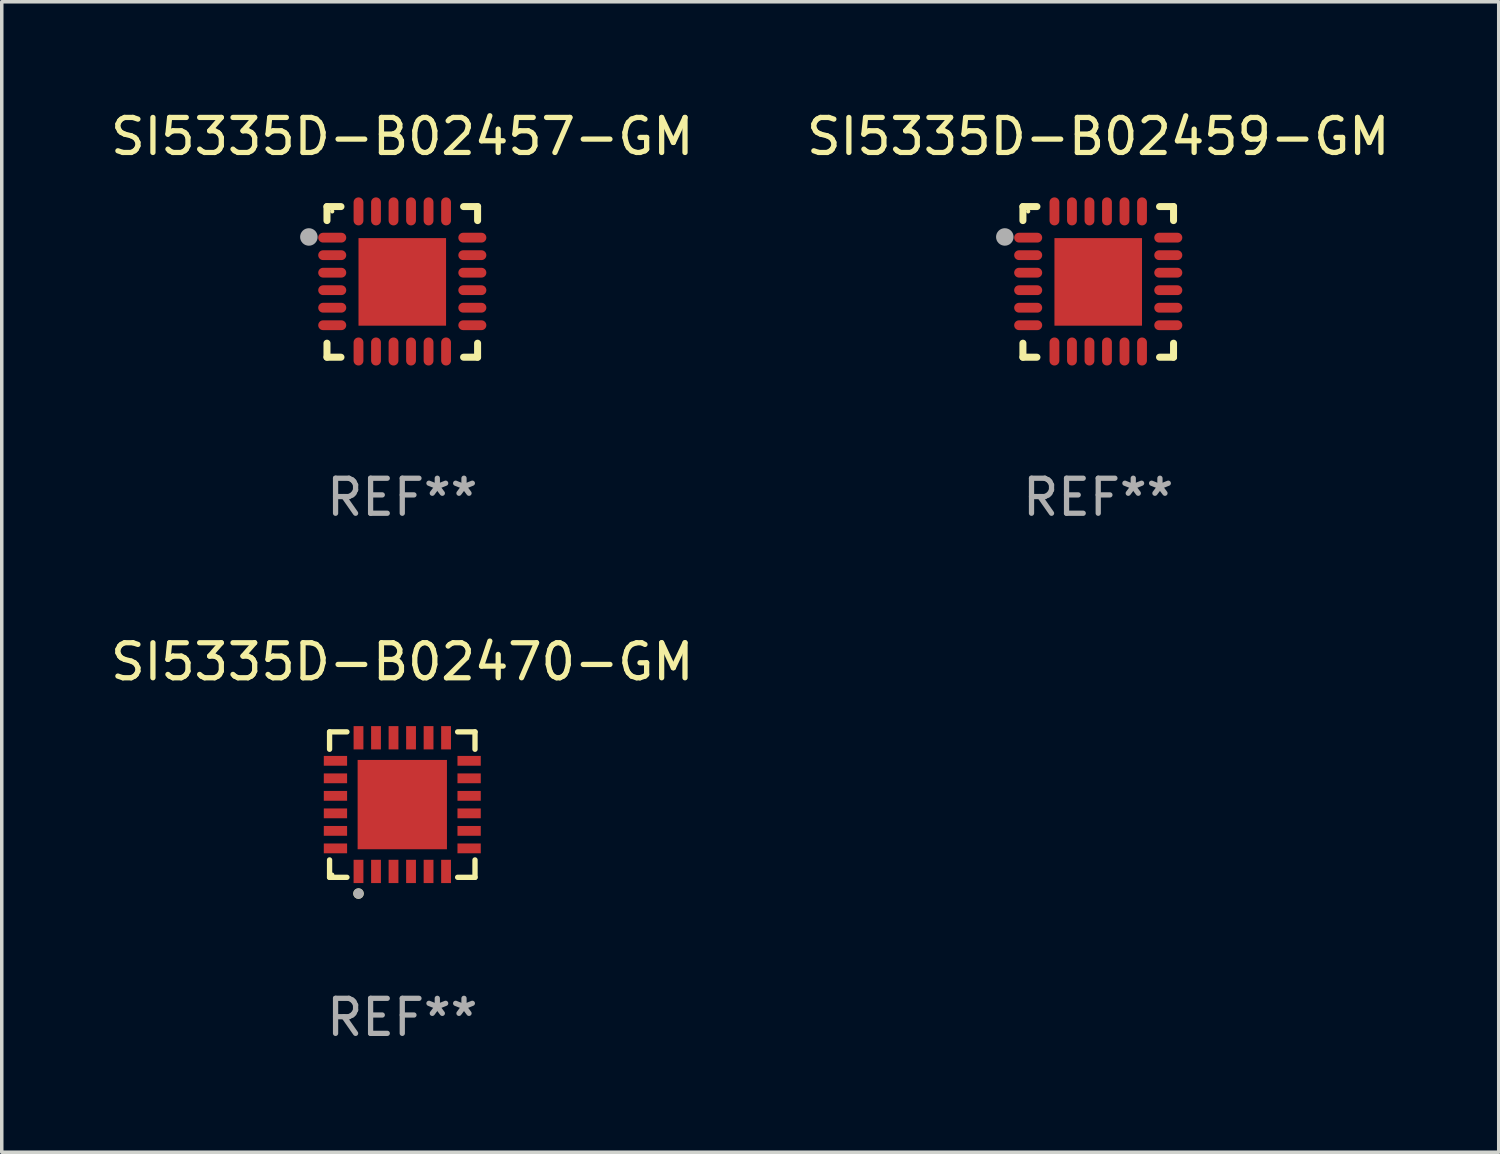
<source format=kicad_pcb>
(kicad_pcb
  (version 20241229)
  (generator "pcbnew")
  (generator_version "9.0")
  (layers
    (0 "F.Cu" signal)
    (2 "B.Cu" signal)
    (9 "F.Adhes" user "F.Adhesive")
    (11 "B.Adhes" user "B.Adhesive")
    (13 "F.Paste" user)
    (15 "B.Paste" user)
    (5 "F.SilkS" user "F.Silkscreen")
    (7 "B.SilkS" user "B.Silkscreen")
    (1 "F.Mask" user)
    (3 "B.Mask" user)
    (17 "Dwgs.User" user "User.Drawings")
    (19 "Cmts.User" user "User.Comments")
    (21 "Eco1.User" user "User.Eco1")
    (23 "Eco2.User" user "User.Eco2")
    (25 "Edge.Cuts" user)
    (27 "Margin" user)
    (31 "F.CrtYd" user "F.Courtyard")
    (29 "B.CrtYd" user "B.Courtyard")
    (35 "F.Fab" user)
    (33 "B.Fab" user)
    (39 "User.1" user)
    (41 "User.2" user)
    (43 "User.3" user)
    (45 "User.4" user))
  (footprint "SI5335D-B02459-GM"
    (layer "F.Cu")
    (at 28.304 4.998)
    (property "Reference" "SI5335D-B02459-GM" (at 0 -4.15 0) (layer "F.SilkS") (effects (font (size 1 1) (thickness 0.15))))
    (attr through_hole)
    (fp_line (start -2.15 -2.15) (end -1.75 -2.15) (stroke (width 0.2) (type solid)) (layer "F.SilkS"))
    (fp_line (start -2.15 -1.75) (end -2.15 -2.15) (stroke (width 0.2) (type solid)) (layer "F.SilkS"))
    (fp_line (start -2.15 2.15) (end -2.15 1.75) (stroke (width 0.2) (type solid)) (layer "F.SilkS"))
    (fp_line (start -1.75 2.15) (end -2.15 2.15) (stroke (width 0.2) (type solid)) (layer "F.SilkS"))
    (fp_line (start 1.75 -2.15) (end 2.15 -2.15) (stroke (width 0.2) (type solid)) (layer "F.SilkS"))
    (fp_line (start 1.75 2.15) (end 2.15 2.15) (stroke (width 0.2) (type solid)) (layer "F.SilkS"))
    (fp_line (start 2.15 -2.15) (end 2.15 -1.75) (stroke (width 0.2) (type solid)) (layer "F.SilkS"))
    (fp_line (start 2.15 2.15) (end 2.15 1.75) (stroke (width 0.2) (type solid)) (layer "F.SilkS"))
    (fp_circle (center -2 -2.013) (end -1.97 -2.013) (stroke (width 0.06) (type solid)) (fill no) (layer "F.SilkS"))
    (fp_circle (center -2.667 -1.283) (end -2.542 -1.283) (stroke (width 0.25) (type solid)) (fill no) (layer "F.Fab"))
    (fp_text user "REF**" (at 0 6.15 0) (layer "F.Fab") (effects (font (size 1 1) (thickness 0.15))))
    (pad "1" smd oval (at -2 -1.263) (size 0.8 0.28) (layers "F.Cu" "F.Mask" "F.Paste"))
    (pad "2" smd oval (at -2 -0.763) (size 0.8 0.28) (layers "F.Cu" "F.Mask" "F.Paste"))
    (pad "3" smd oval (at -2 -0.263) (size 0.8 0.28) (layers "F.Cu" "F.Mask" "F.Paste"))
    (pad "4" smd oval (at -2 0.237) (size 0.8 0.28) (layers "F.Cu" "F.Mask" "F.Paste"))
    (pad "5" smd oval (at -2 0.737) (size 0.8 0.28) (layers "F.Cu" "F.Mask" "F.Paste"))
    (pad "6" smd oval (at -2 1.237) (size 0.8 0.28) (layers "F.Cu" "F.Mask" "F.Paste"))
    (pad "7" smd oval (at -1.25 1.987) (size 0.28 0.8) (layers "F.Cu" "F.Mask" "F.Paste"))
    (pad "8" smd oval (at -0.75 1.987) (size 0.28 0.8) (layers "F.Cu" "F.Mask" "F.Paste"))
    (pad "9" smd oval (at -0.25 1.987) (size 0.28 0.8) (layers "F.Cu" "F.Mask" "F.Paste"))
    (pad "10" smd oval (at 0.25 1.987) (size 0.28 0.8) (layers "F.Cu" "F.Mask" "F.Paste"))
    (pad "11" smd oval (at 0.75 1.987) (size 0.28 0.8) (layers "F.Cu" "F.Mask" "F.Paste"))
    (pad "12" smd oval (at 1.25 1.987) (size 0.28 0.8) (layers "F.Cu" "F.Mask" "F.Paste"))
    (pad "13" smd oval (at 2 1.237) (size 0.8 0.28) (layers "F.Cu" "F.Mask" "F.Paste"))
    (pad "14" smd oval (at 2 0.737) (size 0.8 0.28) (layers "F.Cu" "F.Mask" "F.Paste"))
    (pad "15" smd oval (at 2 0.237) (size 0.8 0.28) (layers "F.Cu" "F.Mask" "F.Paste"))
    (pad "16" smd oval (at 2 -0.263) (size 0.8 0.28) (layers "F.Cu" "F.Mask" "F.Paste"))
    (pad "17" smd oval (at 2 -0.763) (size 0.8 0.28) (layers "F.Cu" "F.Mask" "F.Paste"))
    (pad "18" smd oval (at 2 -1.263) (size 0.8 0.28) (layers "F.Cu" "F.Mask" "F.Paste"))
    (pad "19" smd oval (at 1.25 -2.013) (size 0.28 0.8) (layers "F.Cu" "F.Mask" "F.Paste"))
    (pad "20" smd oval (at 0.75 -2.013) (size 0.28 0.8) (layers "F.Cu" "F.Mask" "F.Paste"))
    (pad "21" smd oval (at 0.25 -2.013) (size 0.28 0.8) (layers "F.Cu" "F.Mask" "F.Paste"))
    (pad "22" smd oval (at -0.25 -2.013) (size 0.28 0.8) (layers "F.Cu" "F.Mask" "F.Paste"))
    (pad "23" smd oval (at -0.75 -2.013) (size 0.28 0.8) (layers "F.Cu" "F.Mask" "F.Paste"))
    (pad "24" smd oval (at -1.25 -2.013) (size 0.28 0.8) (layers "F.Cu" "F.Mask" "F.Paste"))
    (pad "25" smd rect (at -0.000127 -0.00014) (size 2.5 2.5) (layers "F.Cu" "F.Mask" "F.Paste")))
  (footprint "SI5335D-B02470-GM"
    (layer "F.Cu")
    (at 8.435 19.921)
    (property "Reference" "SI5335D-B02470-GM" (at 0 -4.076 0) (layer "F.SilkS") (effects (font (size 1 1) (thickness 0.15))))
    (attr through_hole)
    (fp_line (start -2.076 -2.076) (end -1.58 -2.076) (stroke (width 0.152) (type solid)) (layer "F.SilkS"))
    (fp_line (start -2.076 -1.58) (end -2.076 -2.076) (stroke (width 0.152) (type solid)) (layer "F.SilkS"))
    (fp_line (start -2.076 1.58) (end -2.076 2.076) (stroke (width 0.152) (type solid)) (layer "F.SilkS"))
    (fp_line (start -2.076 2.076) (end -1.58 2.076) (stroke (width 0.152) (type solid)) (layer "F.SilkS"))
    (fp_line (start 2.076 -2.076) (end 1.58 -2.076) (stroke (width 0.152) (type solid)) (layer "F.SilkS"))
    (fp_line (start 2.076 -1.58) (end 2.076 -2.076) (stroke (width 0.152) (type solid)) (layer "F.SilkS"))
    (fp_line (start 2.076 1.58) (end 2.076 2.076) (stroke (width 0.152) (type solid)) (layer "F.SilkS"))
    (fp_line (start 2.076 2.076) (end 1.58 2.076) (stroke (width 0.152) (type solid)) (layer "F.SilkS"))
    (fp_circle (center -2 2) (end -1.97 2) (stroke (width 0.06) (type solid)) (fill no) (layer "F.SilkS"))
    (fp_circle (center -1.25 2.54) (end -1.175 2.54) (stroke (width 0.15) (type solid)) (fill no) (layer "F.SilkS"))
    (fp_circle (center -1.25 2.54) (end -1.175 2.54) (stroke (width 0.15) (type solid)) (fill no) (layer "F.Fab"))
    (fp_text user "REF**" (at 0 6.076 0) (layer "F.Fab") (effects (font (size 1 1) (thickness 0.15))))
    (pad "1" smd rect (at -1.25 1.908) (size 0.28 0.665) (layers "F.Cu" "F.Mask" "F.Paste"))
    (pad "2" smd rect (at -0.75 1.908) (size 0.28 0.665) (layers "F.Cu" "F.Mask" "F.Paste"))
    (pad "3" smd rect (at -0.25 1.908) (size 0.28 0.665) (layers "F.Cu" "F.Mask" "F.Paste"))
    (pad "4" smd rect (at 0.25 1.908) (size 0.28 0.665) (layers "F.Cu" "F.Mask" "F.Paste"))
    (pad "5" smd rect (at 0.75 1.908) (size 0.28 0.665) (layers "F.Cu" "F.Mask" "F.Paste"))
    (pad "6" smd rect (at 1.25 1.908) (size 0.28 0.665) (layers "F.Cu" "F.Mask" "F.Paste"))
    (pad "7" smd rect (at 1.908 1.25) (size 0.665 0.28) (layers "F.Cu" "F.Mask" "F.Paste"))
    (pad "8" smd rect (at 1.908 0.75) (size 0.665 0.28) (layers "F.Cu" "F.Mask" "F.Paste"))
    (pad "9" smd rect (at 1.908 0.25) (size 0.665 0.28) (layers "F.Cu" "F.Mask" "F.Paste"))
    (pad "10" smd rect (at 1.908 -0.25) (size 0.665 0.28) (layers "F.Cu" "F.Mask" "F.Paste"))
    (pad "11" smd rect (at 1.908 -0.75) (size 0.665 0.28) (layers "F.Cu" "F.Mask" "F.Paste"))
    (pad "12" smd rect (at 1.908 -1.25) (size 0.665 0.28) (layers "F.Cu" "F.Mask" "F.Paste"))
    (pad "13" smd rect (at 1.25 -1.908) (size 0.28 0.665) (layers "F.Cu" "F.Mask" "F.Paste"))
    (pad "14" smd rect (at 0.75 -1.908) (size 0.28 0.665) (layers "F.Cu" "F.Mask" "F.Paste"))
    (pad "15" smd rect (at 0.25 -1.908) (size 0.28 0.665) (layers "F.Cu" "F.Mask" "F.Paste"))
    (pad "16" smd rect (at -0.25 -1.908) (size 0.28 0.665) (layers "F.Cu" "F.Mask" "F.Paste"))
    (pad "17" smd rect (at -0.75 -1.908) (size 0.28 0.665) (layers "F.Cu" "F.Mask" "F.Paste"))
    (pad "18" smd rect (at -1.25 -1.908) (size 0.28 0.665) (layers "F.Cu" "F.Mask" "F.Paste"))
    (pad "19" smd rect (at -1.908 -1.25) (size 0.665 0.28) (layers "F.Cu" "F.Mask" "F.Paste"))
    (pad "20" smd rect (at -1.908 -0.75) (size 0.665 0.28) (layers "F.Cu" "F.Mask" "F.Paste"))
    (pad "21" smd rect (at -1.908 -0.25) (size 0.665 0.28) (layers "F.Cu" "F.Mask" "F.Paste"))
    (pad "22" smd rect (at -1.908 0.25) (size 0.665 0.28) (layers "F.Cu" "F.Mask" "F.Paste"))
    (pad "23" smd rect (at -1.908 0.75) (size 0.665 0.28) (layers "F.Cu" "F.Mask" "F.Paste"))
    (pad "24" smd rect (at -1.908 1.25) (size 0.665 0.28) (layers "F.Cu" "F.Mask" "F.Paste"))
    (pad "25" smd rect (at 0 0) (size 2.55 2.55) (layers "F.Cu" "F.Mask" "F.Paste")))
  (footprint "SI5335D-B02457-GM"
    (layer "F.Cu")
    (at 8.435 4.998)
    (property "Reference" "SI5335D-B02457-GM" (at 0 -4.15 0) (layer "F.SilkS") (effects (font (size 1 1) (thickness 0.15))))
    (attr through_hole)
    (fp_line (start -2.15 -2.15) (end -1.75 -2.15) (stroke (width 0.2) (type solid)) (layer "F.SilkS"))
    (fp_line (start -2.15 -1.75) (end -2.15 -2.15) (stroke (width 0.2) (type solid)) (layer "F.SilkS"))
    (fp_line (start -2.15 2.15) (end -2.15 1.75) (stroke (width 0.2) (type solid)) (layer "F.SilkS"))
    (fp_line (start -1.75 2.15) (end -2.15 2.15) (stroke (width 0.2) (type solid)) (layer "F.SilkS"))
    (fp_line (start 1.75 -2.15) (end 2.15 -2.15) (stroke (width 0.2) (type solid)) (layer "F.SilkS"))
    (fp_line (start 1.75 2.15) (end 2.15 2.15) (stroke (width 0.2) (type solid)) (layer "F.SilkS"))
    (fp_line (start 2.15 -2.15) (end 2.15 -1.75) (stroke (width 0.2) (type solid)) (layer "F.SilkS"))
    (fp_line (start 2.15 2.15) (end 2.15 1.75) (stroke (width 0.2) (type solid)) (layer "F.SilkS"))
    (fp_circle (center -2 -2.013) (end -1.97 -2.013) (stroke (width 0.06) (type solid)) (fill no) (layer "F.SilkS"))
    (fp_circle (center -2.667 -1.283) (end -2.542 -1.283) (stroke (width 0.25) (type solid)) (fill no) (layer "F.Fab"))
    (fp_text user "REF**" (at 0 6.15 0) (layer "F.Fab") (effects (font (size 1 1) (thickness 0.15))))
    (pad "1" smd oval (at -2 -1.263) (size 0.8 0.28) (layers "F.Cu" "F.Mask" "F.Paste"))
    (pad "2" smd oval (at -2 -0.763) (size 0.8 0.28) (layers "F.Cu" "F.Mask" "F.Paste"))
    (pad "3" smd oval (at -2 -0.263) (size 0.8 0.28) (layers "F.Cu" "F.Mask" "F.Paste"))
    (pad "4" smd oval (at -2 0.237) (size 0.8 0.28) (layers "F.Cu" "F.Mask" "F.Paste"))
    (pad "5" smd oval (at -2 0.737) (size 0.8 0.28) (layers "F.Cu" "F.Mask" "F.Paste"))
    (pad "6" smd oval (at -2 1.237) (size 0.8 0.28) (layers "F.Cu" "F.Mask" "F.Paste"))
    (pad "7" smd oval (at -1.25 1.987) (size 0.28 0.8) (layers "F.Cu" "F.Mask" "F.Paste"))
    (pad "8" smd oval (at -0.75 1.987) (size 0.28 0.8) (layers "F.Cu" "F.Mask" "F.Paste"))
    (pad "9" smd oval (at -0.25 1.987) (size 0.28 0.8) (layers "F.Cu" "F.Mask" "F.Paste"))
    (pad "10" smd oval (at 0.25 1.987) (size 0.28 0.8) (layers "F.Cu" "F.Mask" "F.Paste"))
    (pad "11" smd oval (at 0.75 1.987) (size 0.28 0.8) (layers "F.Cu" "F.Mask" "F.Paste"))
    (pad "12" smd oval (at 1.25 1.987) (size 0.28 0.8) (layers "F.Cu" "F.Mask" "F.Paste"))
    (pad "13" smd oval (at 2 1.237) (size 0.8 0.28) (layers "F.Cu" "F.Mask" "F.Paste"))
    (pad "14" smd oval (at 2 0.737) (size 0.8 0.28) (layers "F.Cu" "F.Mask" "F.Paste"))
    (pad "15" smd oval (at 2 0.237) (size 0.8 0.28) (layers "F.Cu" "F.Mask" "F.Paste"))
    (pad "16" smd oval (at 2 -0.263) (size 0.8 0.28) (layers "F.Cu" "F.Mask" "F.Paste"))
    (pad "17" smd oval (at 2 -0.763) (size 0.8 0.28) (layers "F.Cu" "F.Mask" "F.Paste"))
    (pad "18" smd oval (at 2 -1.263) (size 0.8 0.28) (layers "F.Cu" "F.Mask" "F.Paste"))
    (pad "19" smd oval (at 1.25 -2.013) (size 0.28 0.8) (layers "F.Cu" "F.Mask" "F.Paste"))
    (pad "20" smd oval (at 0.75 -2.013) (size 0.28 0.8) (layers "F.Cu" "F.Mask" "F.Paste"))
    (pad "21" smd oval (at 0.25 -2.013) (size 0.28 0.8) (layers "F.Cu" "F.Mask" "F.Paste"))
    (pad "22" smd oval (at -0.25 -2.013) (size 0.28 0.8) (layers "F.Cu" "F.Mask" "F.Paste"))
    (pad "23" smd oval (at -0.75 -2.013) (size 0.28 0.8) (layers "F.Cu" "F.Mask" "F.Paste"))
    (pad "24" smd oval (at -1.25 -2.013) (size 0.28 0.8) (layers "F.Cu" "F.Mask" "F.Paste"))
    (pad "25" smd rect (at -0.000127 -0.00014) (size 2.5 2.5) (layers "F.Cu" "F.Mask" "F.Paste")))
  (gr_rect
    (start -3 -3)
    (end 39.738 29.846)
    (stroke (width 0.1) (type default))
    (fill no)
    (layer "Edge.Cuts")))
</source>
